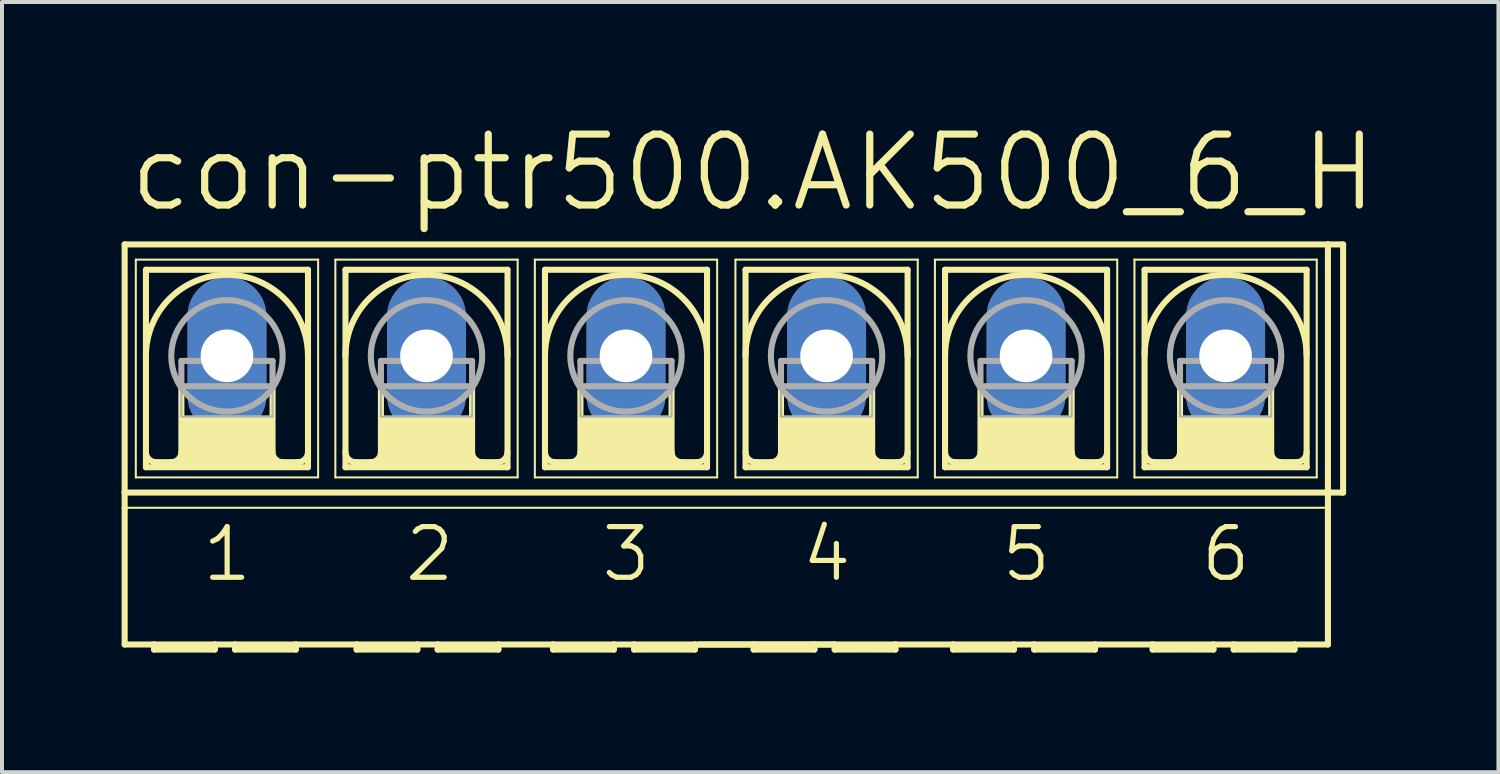
<source format=kicad_pcb>
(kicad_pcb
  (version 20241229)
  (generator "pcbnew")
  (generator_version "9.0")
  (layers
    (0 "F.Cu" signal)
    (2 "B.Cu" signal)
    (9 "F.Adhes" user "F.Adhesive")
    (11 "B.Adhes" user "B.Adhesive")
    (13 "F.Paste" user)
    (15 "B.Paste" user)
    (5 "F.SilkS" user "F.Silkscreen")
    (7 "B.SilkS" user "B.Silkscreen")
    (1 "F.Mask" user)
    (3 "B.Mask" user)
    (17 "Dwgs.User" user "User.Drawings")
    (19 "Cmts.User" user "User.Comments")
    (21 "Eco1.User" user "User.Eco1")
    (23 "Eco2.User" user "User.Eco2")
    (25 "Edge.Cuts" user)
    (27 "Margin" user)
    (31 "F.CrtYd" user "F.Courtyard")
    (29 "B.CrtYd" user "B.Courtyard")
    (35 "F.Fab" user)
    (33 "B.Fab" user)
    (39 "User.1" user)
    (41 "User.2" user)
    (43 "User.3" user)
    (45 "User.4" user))
  (footprint "con-ptr500.AK500_6_H"
    (layer "F.Cu")
    (at 15.164 5.874)
    (property "Reference" "con-ptr500.AK500_6_H" (at -15.062 -3.556 0) (layer "F.SilkS") (effects (font (size 1.778 1.778) (thickness 0.18)) (justify left bottom)))
    (attr through_hole)
    (fp_line (start -15.088 3.429) (end -15.088 -2.794) (stroke (width 0.152) (type default)) (layer "F.SilkS"))
    (fp_line (start -15.088 3.429) (end 15.088 3.429) (stroke (width 0.152) (type default)) (layer "F.SilkS"))
    (fp_line (start -15.088 3.81) (end -15.088 3.429) (stroke (width 0.152) (type default)) (layer "F.SilkS"))
    (fp_line (start -15.088 7.239) (end -15.088 3.81) (stroke (width 0.152) (type default)) (layer "F.SilkS"))
    (fp_line (start -15.088 7.239) (end -14.351 7.239) (stroke (width 0.152) (type default)) (layer "F.SilkS"))
    (fp_line (start -14.808 -2.413) (end -14.808 3.048) (stroke (width 0.051) (type default)) (layer "F.SilkS"))
    (fp_line (start -14.808 -2.413) (end -10.236 -2.413) (stroke (width 0.051) (type default)) (layer "F.SilkS"))
    (fp_line (start -14.554 2.794) (end -14.554 -2.159) (stroke (width 0.152) (type default)) (layer "F.SilkS"))
    (fp_line (start -14.554 2.794) (end -10.49 2.794) (stroke (width 0.152) (type default)) (layer "F.SilkS"))
    (fp_line (start -14.351 7.239) (end -12.827 7.239) (stroke (width 0.152) (type default)) (layer "F.SilkS"))
    (fp_line (start -14.351 7.366) (end -14.351 7.239) (stroke (width 0.152) (type default)) (layer "F.SilkS"))
    (fp_line (start -14.351 7.366) (end -12.827 7.366) (stroke (width 0.152) (type default)) (layer "F.SilkS"))
    (fp_line (start -13.665 0.762) (end -13.665 2.413) (stroke (width 0.152) (type default)) (layer "F.SilkS"))
    (fp_line (start -12.827 7.239) (end -12.827 7.366) (stroke (width 0.152) (type default)) (layer "F.SilkS"))
    (fp_line (start -12.827 7.239) (end -12.319 7.239) (stroke (width 0.152) (type default)) (layer "F.SilkS"))
    (fp_line (start -12.319 7.239) (end -10.795 7.239) (stroke (width 0.152) (type default)) (layer "F.SilkS"))
    (fp_line (start -12.319 7.366) (end -12.319 7.239) (stroke (width 0.152) (type default)) (layer "F.SilkS"))
    (fp_line (start -12.319 7.366) (end -10.795 7.366) (stroke (width 0.152) (type default)) (layer "F.SilkS"))
    (fp_line (start -11.379 0.762) (end -11.379 2.413) (stroke (width 0.152) (type default)) (layer "F.SilkS"))
    (fp_line (start -10.795 7.239) (end -9.271 7.239) (stroke (width 0.152) (type default)) (layer "F.SilkS"))
    (fp_line (start -10.795 7.366) (end -10.795 7.239) (stroke (width 0.152) (type default)) (layer "F.SilkS"))
    (fp_line (start -10.744 2.667) (end -14.3 2.667) (stroke (width 0.152) (type default)) (layer "F.SilkS"))
    (fp_line (start -10.49 -2.159) (end -14.554 -2.159) (stroke (width 0.152) (type default)) (layer "F.SilkS"))
    (fp_line (start -10.49 -2.159) (end -10.49 2.794) (stroke (width 0.152) (type default)) (layer "F.SilkS"))
    (fp_line (start -10.236 -2.413) (end -10.236 3.048) (stroke (width 0.051) (type default)) (layer "F.SilkS"))
    (fp_line (start -10.236 3.048) (end -14.808 3.048) (stroke (width 0.051) (type default)) (layer "F.SilkS"))
    (fp_line (start -9.804 -2.413) (end -9.804 3.048) (stroke (width 0.051) (type default)) (layer "F.SilkS"))
    (fp_line (start -9.804 -2.413) (end -5.232 -2.413) (stroke (width 0.051) (type default)) (layer "F.SilkS"))
    (fp_line (start -9.55 -2.159) (end -9.55 2.794) (stroke (width 0.152) (type default)) (layer "F.SilkS"))
    (fp_line (start -9.55 2.794) (end -5.486 2.794) (stroke (width 0.152) (type default)) (layer "F.SilkS"))
    (fp_line (start -9.271 7.239) (end -7.747 7.239) (stroke (width 0.152) (type default)) (layer "F.SilkS"))
    (fp_line (start -9.271 7.366) (end -9.271 7.239) (stroke (width 0.152) (type default)) (layer "F.SilkS"))
    (fp_line (start -9.271 7.366) (end -7.747 7.366) (stroke (width 0.152) (type default)) (layer "F.SilkS"))
    (fp_line (start -8.661 0.762) (end -8.661 2.413) (stroke (width 0.152) (type default)) (layer "F.SilkS"))
    (fp_line (start -7.747 7.239) (end -7.747 7.366) (stroke (width 0.152) (type default)) (layer "F.SilkS"))
    (fp_line (start -7.747 7.239) (end -7.239 7.239) (stroke (width 0.152) (type default)) (layer "F.SilkS"))
    (fp_line (start -7.239 7.239) (end -5.715 7.239) (stroke (width 0.152) (type default)) (layer "F.SilkS"))
    (fp_line (start -7.239 7.366) (end -7.239 7.239) (stroke (width 0.152) (type default)) (layer "F.SilkS"))
    (fp_line (start -7.239 7.366) (end -5.715 7.366) (stroke (width 0.152) (type default)) (layer "F.SilkS"))
    (fp_line (start -6.375 0.762) (end -6.375 2.413) (stroke (width 0.152) (type default)) (layer "F.SilkS"))
    (fp_line (start -5.74 2.667) (end -9.296 2.667) (stroke (width 0.152) (type default)) (layer "F.SilkS"))
    (fp_line (start -5.715 7.366) (end -5.715 7.239) (stroke (width 0.152) (type default)) (layer "F.SilkS"))
    (fp_line (start -5.486 -2.159) (end -9.55 -2.159) (stroke (width 0.152) (type default)) (layer "F.SilkS"))
    (fp_line (start -5.486 2.794) (end -5.486 -2.159) (stroke (width 0.152) (type default)) (layer "F.SilkS"))
    (fp_line (start -5.232 3.048) (end -9.804 3.048) (stroke (width 0.051) (type default)) (layer "F.SilkS"))
    (fp_line (start -5.232 3.048) (end -5.232 -2.413) (stroke (width 0.051) (type default)) (layer "F.SilkS"))
    (fp_line (start -4.801 -2.413) (end -4.801 3.048) (stroke (width 0.051) (type default)) (layer "F.SilkS"))
    (fp_line (start -4.801 -2.413) (end -0.229 -2.413) (stroke (width 0.051) (type default)) (layer "F.SilkS"))
    (fp_line (start -4.547 2.794) (end -4.547 -2.159) (stroke (width 0.152) (type default)) (layer "F.SilkS"))
    (fp_line (start -4.547 2.794) (end -0.483 2.794) (stroke (width 0.152) (type default)) (layer "F.SilkS"))
    (fp_line (start -4.343 7.239) (end -5.715 7.239) (stroke (width 0.152) (type default)) (layer "F.SilkS"))
    (fp_line (start -4.343 7.239) (end -4.343 7.366) (stroke (width 0.152) (type default)) (layer "F.SilkS"))
    (fp_line (start -4.343 7.239) (end -2.819 7.239) (stroke (width 0.152) (type default)) (layer "F.SilkS"))
    (fp_line (start -4.343 7.366) (end -2.819 7.366) (stroke (width 0.152) (type default)) (layer "F.SilkS"))
    (fp_line (start -3.658 0.762) (end -3.658 2.413) (stroke (width 0.152) (type default)) (layer "F.SilkS"))
    (fp_line (start -2.819 7.239) (end -2.819 7.366) (stroke (width 0.152) (type default)) (layer "F.SilkS"))
    (fp_line (start -2.819 7.239) (end -2.311 7.239) (stroke (width 0.152) (type default)) (layer "F.SilkS"))
    (fp_line (start -2.311 7.239) (end -2.311 7.366) (stroke (width 0.152) (type default)) (layer "F.SilkS"))
    (fp_line (start -2.311 7.239) (end -0.787 7.239) (stroke (width 0.152) (type default)) (layer "F.SilkS"))
    (fp_line (start -2.311 7.366) (end -0.787 7.366) (stroke (width 0.152) (type default)) (layer "F.SilkS"))
    (fp_line (start -1.372 0.762) (end -1.372 2.413) (stroke (width 0.152) (type default)) (layer "F.SilkS"))
    (fp_line (start -0.787 7.366) (end -0.787 7.239) (stroke (width 0.152) (type default)) (layer "F.SilkS"))
    (fp_line (start -0.737 2.667) (end -4.293 2.667) (stroke (width 0.152) (type default)) (layer "F.SilkS"))
    (fp_line (start -0.483 -2.159) (end -4.547 -2.159) (stroke (width 0.152) (type default)) (layer "F.SilkS"))
    (fp_line (start -0.483 -2.159) (end -0.483 2.794) (stroke (width 0.152) (type default)) (layer "F.SilkS"))
    (fp_line (start -0.229 -2.413) (end -0.229 3.048) (stroke (width 0.051) (type default)) (layer "F.SilkS"))
    (fp_line (start -0.229 3.048) (end -4.801 3.048) (stroke (width 0.051) (type default)) (layer "F.SilkS"))
    (fp_line (start 0.229 -2.413) (end 0.229 3.048) (stroke (width 0.051) (type default)) (layer "F.SilkS"))
    (fp_line (start 0.229 -2.413) (end 4.801 -2.413) (stroke (width 0.051) (type default)) (layer "F.SilkS"))
    (fp_line (start 0.483 2.794) (end 0.483 -2.159) (stroke (width 0.152) (type default)) (layer "F.SilkS"))
    (fp_line (start 0.483 2.794) (end 4.547 2.794) (stroke (width 0.152) (type default)) (layer "F.SilkS"))
    (fp_line (start 0.686 7.239) (end -0.686 7.239) (stroke (width 0.152) (type default)) (layer "F.SilkS"))
    (fp_line (start 0.686 7.239) (end 0.686 7.366) (stroke (width 0.152) (type default)) (layer "F.SilkS"))
    (fp_line (start 0.686 7.239) (end 2.21 7.239) (stroke (width 0.152) (type default)) (layer "F.SilkS"))
    (fp_line (start 0.686 7.366) (end 2.21 7.366) (stroke (width 0.152) (type default)) (layer "F.SilkS"))
    (fp_line (start 1.372 0.762) (end 1.372 2.413) (stroke (width 0.152) (type default)) (layer "F.SilkS"))
    (fp_line (start 2.21 7.239) (end 2.21 7.366) (stroke (width 0.152) (type default)) (layer "F.SilkS"))
    (fp_line (start 2.21 7.239) (end 2.718 7.239) (stroke (width 0.152) (type default)) (layer "F.SilkS"))
    (fp_line (start 2.718 7.239) (end -0.787 7.239) (stroke (width 0.152) (type default)) (layer "F.SilkS"))
    (fp_line (start 2.718 7.239) (end 2.718 7.366) (stroke (width 0.152) (type default)) (layer "F.SilkS"))
    (fp_line (start 2.718 7.366) (end 4.242 7.366) (stroke (width 0.152) (type default)) (layer "F.SilkS"))
    (fp_line (start 3.658 0.762) (end 3.658 2.413) (stroke (width 0.152) (type default)) (layer "F.SilkS"))
    (fp_line (start 4.242 7.239) (end 2.718 7.239) (stroke (width 0.152) (type default)) (layer "F.SilkS"))
    (fp_line (start 4.242 7.366) (end 4.242 7.239) (stroke (width 0.152) (type default)) (layer "F.SilkS"))
    (fp_line (start 4.293 2.667) (end 0.737 2.667) (stroke (width 0.152) (type default)) (layer "F.SilkS"))
    (fp_line (start 4.547 -2.159) (end 0.483 -2.159) (stroke (width 0.152) (type default)) (layer "F.SilkS"))
    (fp_line (start 4.547 -2.159) (end 4.547 2.794) (stroke (width 0.152) (type default)) (layer "F.SilkS"))
    (fp_line (start 4.801 -2.413) (end 4.801 3.048) (stroke (width 0.051) (type default)) (layer "F.SilkS"))
    (fp_line (start 4.801 3.048) (end 0.229 3.048) (stroke (width 0.051) (type default)) (layer "F.SilkS"))
    (fp_line (start 5.232 -2.413) (end 5.232 3.048) (stroke (width 0.051) (type default)) (layer "F.SilkS"))
    (fp_line (start 5.232 -2.413) (end 9.804 -2.413) (stroke (width 0.051) (type default)) (layer "F.SilkS"))
    (fp_line (start 5.486 2.794) (end 5.486 -2.159) (stroke (width 0.152) (type default)) (layer "F.SilkS"))
    (fp_line (start 5.486 2.794) (end 9.55 2.794) (stroke (width 0.152) (type default)) (layer "F.SilkS"))
    (fp_line (start 5.69 7.239) (end 4.242 7.239) (stroke (width 0.152) (type default)) (layer "F.SilkS"))
    (fp_line (start 5.69 7.366) (end 5.69 7.239) (stroke (width 0.152) (type default)) (layer "F.SilkS"))
    (fp_line (start 5.69 7.366) (end 7.214 7.366) (stroke (width 0.152) (type default)) (layer "F.SilkS"))
    (fp_line (start 6.375 0.762) (end 6.375 2.413) (stroke (width 0.152) (type default)) (layer "F.SilkS"))
    (fp_line (start 7.214 7.239) (end 5.69 7.239) (stroke (width 0.152) (type default)) (layer "F.SilkS"))
    (fp_line (start 7.214 7.239) (end 7.214 7.366) (stroke (width 0.152) (type default)) (layer "F.SilkS"))
    (fp_line (start 7.722 7.239) (end 7.214 7.239) (stroke (width 0.152) (type default)) (layer "F.SilkS"))
    (fp_line (start 7.722 7.366) (end 7.722 7.239) (stroke (width 0.152) (type default)) (layer "F.SilkS"))
    (fp_line (start 7.722 7.366) (end 9.246 7.366) (stroke (width 0.152) (type default)) (layer "F.SilkS"))
    (fp_line (start 8.661 0.762) (end 8.661 2.413) (stroke (width 0.152) (type default)) (layer "F.SilkS"))
    (fp_line (start 9.246 7.239) (end 7.722 7.239) (stroke (width 0.152) (type default)) (layer "F.SilkS"))
    (fp_line (start 9.246 7.366) (end 9.246 7.239) (stroke (width 0.152) (type default)) (layer "F.SilkS"))
    (fp_line (start 9.296 2.667) (end 5.74 2.667) (stroke (width 0.152) (type default)) (layer "F.SilkS"))
    (fp_line (start 9.55 -2.159) (end 5.486 -2.159) (stroke (width 0.152) (type default)) (layer "F.SilkS"))
    (fp_line (start 9.55 -2.159) (end 9.55 2.794) (stroke (width 0.152) (type default)) (layer "F.SilkS"))
    (fp_line (start 9.804 -2.413) (end 9.804 3.048) (stroke (width 0.051) (type default)) (layer "F.SilkS"))
    (fp_line (start 9.804 3.048) (end 5.232 3.048) (stroke (width 0.051) (type default)) (layer "F.SilkS"))
    (fp_line (start 10.236 -2.413) (end 10.236 3.048) (stroke (width 0.051) (type default)) (layer "F.SilkS"))
    (fp_line (start 10.236 -2.413) (end 14.808 -2.413) (stroke (width 0.051) (type default)) (layer "F.SilkS"))
    (fp_line (start 10.49 2.794) (end 10.49 -2.159) (stroke (width 0.152) (type default)) (layer "F.SilkS"))
    (fp_line (start 10.49 2.794) (end 14.554 2.794) (stroke (width 0.152) (type default)) (layer "F.SilkS"))
    (fp_line (start 10.693 7.239) (end 9.246 7.239) (stroke (width 0.152) (type default)) (layer "F.SilkS"))
    (fp_line (start 10.693 7.366) (end 10.693 7.239) (stroke (width 0.152) (type default)) (layer "F.SilkS"))
    (fp_line (start 10.693 7.366) (end 12.217 7.366) (stroke (width 0.152) (type default)) (layer "F.SilkS"))
    (fp_line (start 11.379 0.762) (end 11.379 2.413) (stroke (width 0.152) (type default)) (layer "F.SilkS"))
    (fp_line (start 12.217 7.239) (end 10.693 7.239) (stroke (width 0.152) (type default)) (layer "F.SilkS"))
    (fp_line (start 12.217 7.239) (end 12.217 7.366) (stroke (width 0.152) (type default)) (layer "F.SilkS"))
    (fp_line (start 12.725 7.239) (end 12.217 7.239) (stroke (width 0.152) (type default)) (layer "F.SilkS"))
    (fp_line (start 12.725 7.366) (end 12.725 7.239) (stroke (width 0.152) (type default)) (layer "F.SilkS"))
    (fp_line (start 12.725 7.366) (end 14.249 7.366) (stroke (width 0.152) (type default)) (layer "F.SilkS"))
    (fp_line (start 13.665 0.762) (end 13.665 2.413) (stroke (width 0.152) (type default)) (layer "F.SilkS"))
    (fp_line (start 14.249 7.239) (end 12.725 7.239) (stroke (width 0.152) (type default)) (layer "F.SilkS"))
    (fp_line (start 14.249 7.366) (end 14.249 7.239) (stroke (width 0.152) (type default)) (layer "F.SilkS"))
    (fp_line (start 14.3 2.667) (end 10.744 2.667) (stroke (width 0.152) (type default)) (layer "F.SilkS"))
    (fp_line (start 14.554 -2.159) (end 10.49 -2.159) (stroke (width 0.152) (type default)) (layer "F.SilkS"))
    (fp_line (start 14.554 -2.159) (end 14.554 2.794) (stroke (width 0.152) (type default)) (layer "F.SilkS"))
    (fp_line (start 14.808 -2.413) (end 14.808 3.048) (stroke (width 0.051) (type default)) (layer "F.SilkS"))
    (fp_line (start 14.808 3.048) (end 10.236 3.048) (stroke (width 0.051) (type default)) (layer "F.SilkS"))
    (fp_line (start 15.088 -2.794) (end -15.088 -2.794) (stroke (width 0.152) (type default)) (layer "F.SilkS"))
    (fp_line (start 15.088 -2.794) (end 15.088 3.429) (stroke (width 0.152) (type default)) (layer "F.SilkS"))
    (fp_line (start 15.088 3.429) (end 15.088 3.81) (stroke (width 0.152) (type default)) (layer "F.SilkS"))
    (fp_line (start 15.088 3.81) (end -15.088 3.81) (stroke (width 0.051) (type default)) (layer "F.SilkS"))
    (fp_line (start 15.088 3.81) (end 15.088 7.239) (stroke (width 0.152) (type default)) (layer "F.SilkS"))
    (fp_line (start 15.088 7.239) (end 14.249 7.239) (stroke (width 0.152) (type default)) (layer "F.SilkS"))
    (fp_line (start 15.469 -2.794) (end 15.088 -2.794) (stroke (width 0.152) (type default)) (layer "F.SilkS"))
    (fp_line (start 15.469 -2.794) (end 15.469 3.429) (stroke (width 0.152) (type default)) (layer "F.SilkS"))
    (fp_line (start 15.469 3.429) (end 15.088 3.429) (stroke (width 0.152) (type default)) (layer "F.SilkS"))
    (fp_rect (start -13.665 2.667) (end -11.379 1.524) (stroke (width 0.05) (type default)) (fill yes) (layer "F.SilkS"))
    (fp_rect (start -8.661 2.667) (end -6.375 1.524) (stroke (width 0.05) (type default)) (fill yes) (layer "F.SilkS"))
    (fp_rect (start -3.658 2.667) (end -1.372 1.524) (stroke (width 0.05) (type default)) (fill yes) (layer "F.SilkS"))
    (fp_rect (start 1.372 2.667) (end 3.658 1.524) (stroke (width 0.05) (type default)) (fill yes) (layer "F.SilkS"))
    (fp_rect (start 6.375 2.667) (end 8.661 1.524) (stroke (width 0.05) (type default)) (fill yes) (layer "F.SilkS"))
    (fp_rect (start 11.379 2.667) (end 13.665 1.524) (stroke (width 0.05) (type default)) (fill yes) (layer "F.SilkS"))
    (fp_arc (start -14.5542 0) (mid -12.5222 -2.032) (end -10.4902 0) (stroke (width 0.1524) (type default)) (layer "F.SilkS"))
    (fp_arc (start -14.3002 2.667) (mid -14.479805 2.592605) (end -14.5542 2.413) (stroke (width 0.1524) (type default)) (layer "F.SilkS"))
    (fp_arc (start -13.6652 2.413) (mid -13.739595 2.592605) (end -13.9192 2.667) (stroke (width 0.1524) (type default)) (layer "F.SilkS"))
    (fp_arc (start -11.1252 2.667) (mid -11.304805 2.592605) (end -11.3792 2.413) (stroke (width 0.1524) (type default)) (layer "F.SilkS"))
    (fp_arc (start -10.4902 2.413) (mid -10.564595 2.592605) (end -10.7442 2.667) (stroke (width 0.1524) (type default)) (layer "F.SilkS"))
    (fp_arc (start -9.5504 0) (mid -7.5184 -2.032) (end -5.4864 0) (stroke (width 0.1524) (type default)) (layer "F.SilkS"))
    (fp_arc (start -9.2964 2.667) (mid -9.476005 2.592605) (end -9.5504 2.413) (stroke (width 0.1524) (type default)) (layer "F.SilkS"))
    (fp_arc (start -8.6614 2.413) (mid -8.735795 2.592605) (end -8.9154 2.667) (stroke (width 0.1524) (type default)) (layer "F.SilkS"))
    (fp_arc (start -6.1214 2.667) (mid -6.301005 2.592605) (end -6.3754 2.413) (stroke (width 0.1524) (type default)) (layer "F.SilkS"))
    (fp_arc (start -5.4864 2.413) (mid -5.560795 2.592605) (end -5.7404 2.667) (stroke (width 0.1524) (type default)) (layer "F.SilkS"))
    (fp_arc (start -4.5466 0) (mid -2.5146 -2.032) (end -0.4826 0) (stroke (width 0.1524) (type default)) (layer "F.SilkS"))
    (fp_arc (start -4.2926 2.667) (mid -4.472205 2.592605) (end -4.5466 2.413) (stroke (width 0.1524) (type default)) (layer "F.SilkS"))
    (fp_arc (start -3.6576 2.413) (mid -3.731995 2.592605) (end -3.9116 2.667) (stroke (width 0.1524) (type default)) (layer "F.SilkS"))
    (fp_arc (start -1.1176 2.667) (mid -1.297205 2.592605) (end -1.3716 2.413) (stroke (width 0.1524) (type default)) (layer "F.SilkS"))
    (fp_arc (start -0.4826 2.413) (mid -0.556995 2.592605) (end -0.7366 2.667) (stroke (width 0.1524) (type default)) (layer "F.SilkS"))
    (fp_arc (start 0.4826 0) (mid 2.5146 -2.032) (end 4.5466 0) (stroke (width 0.1524) (type default)) (layer "F.SilkS"))
    (fp_arc (start 0.7366 2.667) (mid 0.556995 2.592605) (end 0.4826 2.413) (stroke (width 0.1524) (type default)) (layer "F.SilkS"))
    (fp_arc (start 1.3716 2.413) (mid 1.297205 2.592605) (end 1.1176 2.667) (stroke (width 0.1524) (type default)) (layer "F.SilkS"))
    (fp_arc (start 3.9116 2.667) (mid 3.731995 2.592605) (end 3.6576 2.413) (stroke (width 0.1524) (type default)) (layer "F.SilkS"))
    (fp_arc (start 4.5466 2.413) (mid 4.472205 2.592605) (end 4.2926 2.667) (stroke (width 0.1524) (type default)) (layer "F.SilkS"))
    (fp_arc (start 5.4864 0) (mid 7.5184 -2.032) (end 9.5504 0) (stroke (width 0.1524) (type default)) (layer "F.SilkS"))
    (fp_arc (start 5.7404 2.667) (mid 5.560795 2.592605) (end 5.4864 2.413) (stroke (width 0.1524) (type default)) (layer "F.SilkS"))
    (fp_arc (start 6.3754 2.413) (mid 6.301005 2.592605) (end 6.1214 2.667) (stroke (width 0.1524) (type default)) (layer "F.SilkS"))
    (fp_arc (start 8.9154 2.667) (mid 8.735795 2.592605) (end 8.6614 2.413) (stroke (width 0.1524) (type default)) (layer "F.SilkS"))
    (fp_arc (start 9.5504 2.413) (mid 9.476005 2.592605) (end 9.2964 2.667) (stroke (width 0.1524) (type default)) (layer "F.SilkS"))
    (fp_arc (start 10.4902 0) (mid 12.5222 -2.032) (end 14.5542 0) (stroke (width 0.1524) (type default)) (layer "F.SilkS"))
    (fp_arc (start 10.7442 2.667) (mid 10.564595 2.592605) (end 10.4902 2.413) (stroke (width 0.1524) (type default)) (layer "F.SilkS"))
    (fp_arc (start 11.3792 2.413) (mid 11.304805 2.592605) (end 11.1252 2.667) (stroke (width 0.1524) (type default)) (layer "F.SilkS"))
    (fp_arc (start 13.9192 2.667) (mid 13.739595 2.592605) (end 13.6652 2.413) (stroke (width 0.1524) (type default)) (layer "F.SilkS"))
    (fp_arc (start 14.5542 2.413) (mid 14.479805 2.592605) (end 14.3002 2.667) (stroke (width 0.1524) (type default)) (layer "F.SilkS"))
    (fp_line (start -13.665 0.127) (end -13.665 0.762) (stroke (width 0.152) (type default)) (layer "F.Fab"))
    (fp_line (start -13.665 0.127) (end -11.379 0.127) (stroke (width 0.152) (type default)) (layer "F.Fab"))
    (fp_line (start -13.665 0.762) (end -11.379 0.762) (stroke (width 0.152) (type default)) (layer "F.Fab"))
    (fp_line (start -11.379 0.127) (end -11.379 0.762) (stroke (width 0.152) (type default)) (layer "F.Fab"))
    (fp_line (start -8.661 0.127) (end -8.661 0.762) (stroke (width 0.152) (type default)) (layer "F.Fab"))
    (fp_line (start -8.661 0.127) (end -6.375 0.127) (stroke (width 0.152) (type default)) (layer "F.Fab"))
    (fp_line (start -8.661 0.762) (end -6.375 0.762) (stroke (width 0.152) (type default)) (layer "F.Fab"))
    (fp_line (start -6.375 0.127) (end -6.375 0.762) (stroke (width 0.152) (type default)) (layer "F.Fab"))
    (fp_line (start -3.658 0.127) (end -3.658 0.762) (stroke (width 0.152) (type default)) (layer "F.Fab"))
    (fp_line (start -3.658 0.127) (end -1.372 0.127) (stroke (width 0.152) (type default)) (layer "F.Fab"))
    (fp_line (start -3.658 0.762) (end -1.372 0.762) (stroke (width 0.152) (type default)) (layer "F.Fab"))
    (fp_line (start -1.372 0.127) (end -1.372 0.762) (stroke (width 0.152) (type default)) (layer "F.Fab"))
    (fp_line (start 1.372 0.127) (end 1.372 0.762) (stroke (width 0.152) (type default)) (layer "F.Fab"))
    (fp_line (start 1.372 0.127) (end 3.658 0.127) (stroke (width 0.152) (type default)) (layer "F.Fab"))
    (fp_line (start 1.372 0.762) (end 3.658 0.762) (stroke (width 0.152) (type default)) (layer "F.Fab"))
    (fp_line (start 3.658 0.127) (end 3.658 0.762) (stroke (width 0.152) (type default)) (layer "F.Fab"))
    (fp_line (start 6.375 0.127) (end 6.375 0.762) (stroke (width 0.152) (type default)) (layer "F.Fab"))
    (fp_line (start 6.375 0.127) (end 8.661 0.127) (stroke (width 0.152) (type default)) (layer "F.Fab"))
    (fp_line (start 6.375 0.762) (end 8.661 0.762) (stroke (width 0.152) (type default)) (layer "F.Fab"))
    (fp_line (start 8.661 0.127) (end 8.661 0.762) (stroke (width 0.152) (type default)) (layer "F.Fab"))
    (fp_line (start 11.379 0.127) (end 11.379 0.762) (stroke (width 0.152) (type default)) (layer "F.Fab"))
    (fp_line (start 11.379 0.127) (end 13.665 0.127) (stroke (width 0.152) (type default)) (layer "F.Fab"))
    (fp_line (start 11.379 0.762) (end 13.665 0.762) (stroke (width 0.152) (type default)) (layer "F.Fab"))
    (fp_line (start 13.665 0.127) (end 13.665 0.762) (stroke (width 0.152) (type default)) (layer "F.Fab"))
    (fp_rect (start -13.665 1.524) (end -11.379 0.762) (stroke (width 0.05) (type default)) (fill no) (layer "F.Fab"))
    (fp_rect (start -8.661 1.524) (end -6.375 0.762) (stroke (width 0.05) (type default)) (fill no) (layer "F.Fab"))
    (fp_rect (start -3.658 1.524) (end -1.372 0.762) (stroke (width 0.05) (type default)) (fill no) (layer "F.Fab"))
    (fp_rect (start 1.372 1.524) (end 3.658 0.762) (stroke (width 0.05) (type default)) (fill no) (layer "F.Fab"))
    (fp_rect (start 6.375 1.524) (end 8.661 0.762) (stroke (width 0.05) (type default)) (fill no) (layer "F.Fab"))
    (fp_rect (start 11.379 1.524) (end 13.665 0.762) (stroke (width 0.05) (type default)) (fill no) (layer "F.Fab"))
    (fp_circle (center -12.522 0) (end -11.125 0) (stroke (width 0.152) (type default)) (fill no) (layer "F.Fab"))
    (fp_circle (center -7.518 0) (end -6.121 0) (stroke (width 0.152) (type default)) (fill no) (layer "F.Fab"))
    (fp_circle (center -2.515 0) (end -1.118 0) (stroke (width 0.152) (type default)) (fill no) (layer "F.Fab"))
    (fp_circle (center 2.515 0) (end 3.912 0) (stroke (width 0.152) (type default)) (fill no) (layer "F.Fab"))
    (fp_circle (center 7.518 0) (end 8.915 0) (stroke (width 0.152) (type default)) (fill no) (layer "F.Fab"))
    (fp_circle (center 12.522 0) (end 13.919 0) (stroke (width 0.152) (type default)) (fill no) (layer "F.Fab"))
    (fp_text user "6" (at 11.836 5.715 0) (layer "F.SilkS") (effects (font (size 1.27 1.27) (thickness 0.13)) (justify left bottom)))
    (fp_text user "1" (at -13.208 5.715 0) (layer "F.SilkS") (effects (font (size 1.27 1.27) (thickness 0.13)) (justify left bottom)))
    (fp_text user "4" (at 1.829 5.715 0) (layer "F.SilkS") (effects (font (size 1.27 1.27) (thickness 0.13)) (justify left bottom)))
    (fp_text user "3" (at -3.2 5.715 0) (layer "F.SilkS") (effects (font (size 1.27 1.27) (thickness 0.13)) (justify left bottom)))
    (fp_text user "2" (at -8.128 5.715 0) (layer "F.SilkS") (effects (font (size 1.27 1.27) (thickness 0.13)) (justify left bottom)))
    (fp_text user "5" (at 6.833 5.715 0) (layer "F.SilkS") (effects (font (size 1.27 1.27) (thickness 0.13)) (justify left bottom)))
    (pad "1" thru_hole oval (at -12.522 0 90) (size 3.962 1.981) (drill 1.321) (layers "*.Cu" "*.Mask"))
    (pad "2" thru_hole oval (at -7.518 0 90) (size 3.962 1.981) (drill 1.321) (layers "*.Cu" "*.Mask"))
    (pad "3" thru_hole oval (at -2.515 0 90) (size 3.962 1.981) (drill 1.321) (layers "*.Cu" "*.Mask"))
    (pad "4" thru_hole oval (at 2.515 0 90) (size 3.962 1.981) (drill 1.321) (layers "*.Cu" "*.Mask"))
    (pad "5" thru_hole oval (at 7.518 0 90) (size 3.962 1.981) (drill 1.321) (layers "*.Cu" "*.Mask"))
    (pad "6" thru_hole oval (at 12.522 0 90) (size 3.962 1.981) (drill 1.321) (layers "*.Cu" "*.Mask")))
  (gr_rect
    (start -3 -3)
    (end 34.528 16.316)
    (stroke (width 0.1) (type default))
    (fill no)
    (layer "Edge.Cuts")))
</source>
